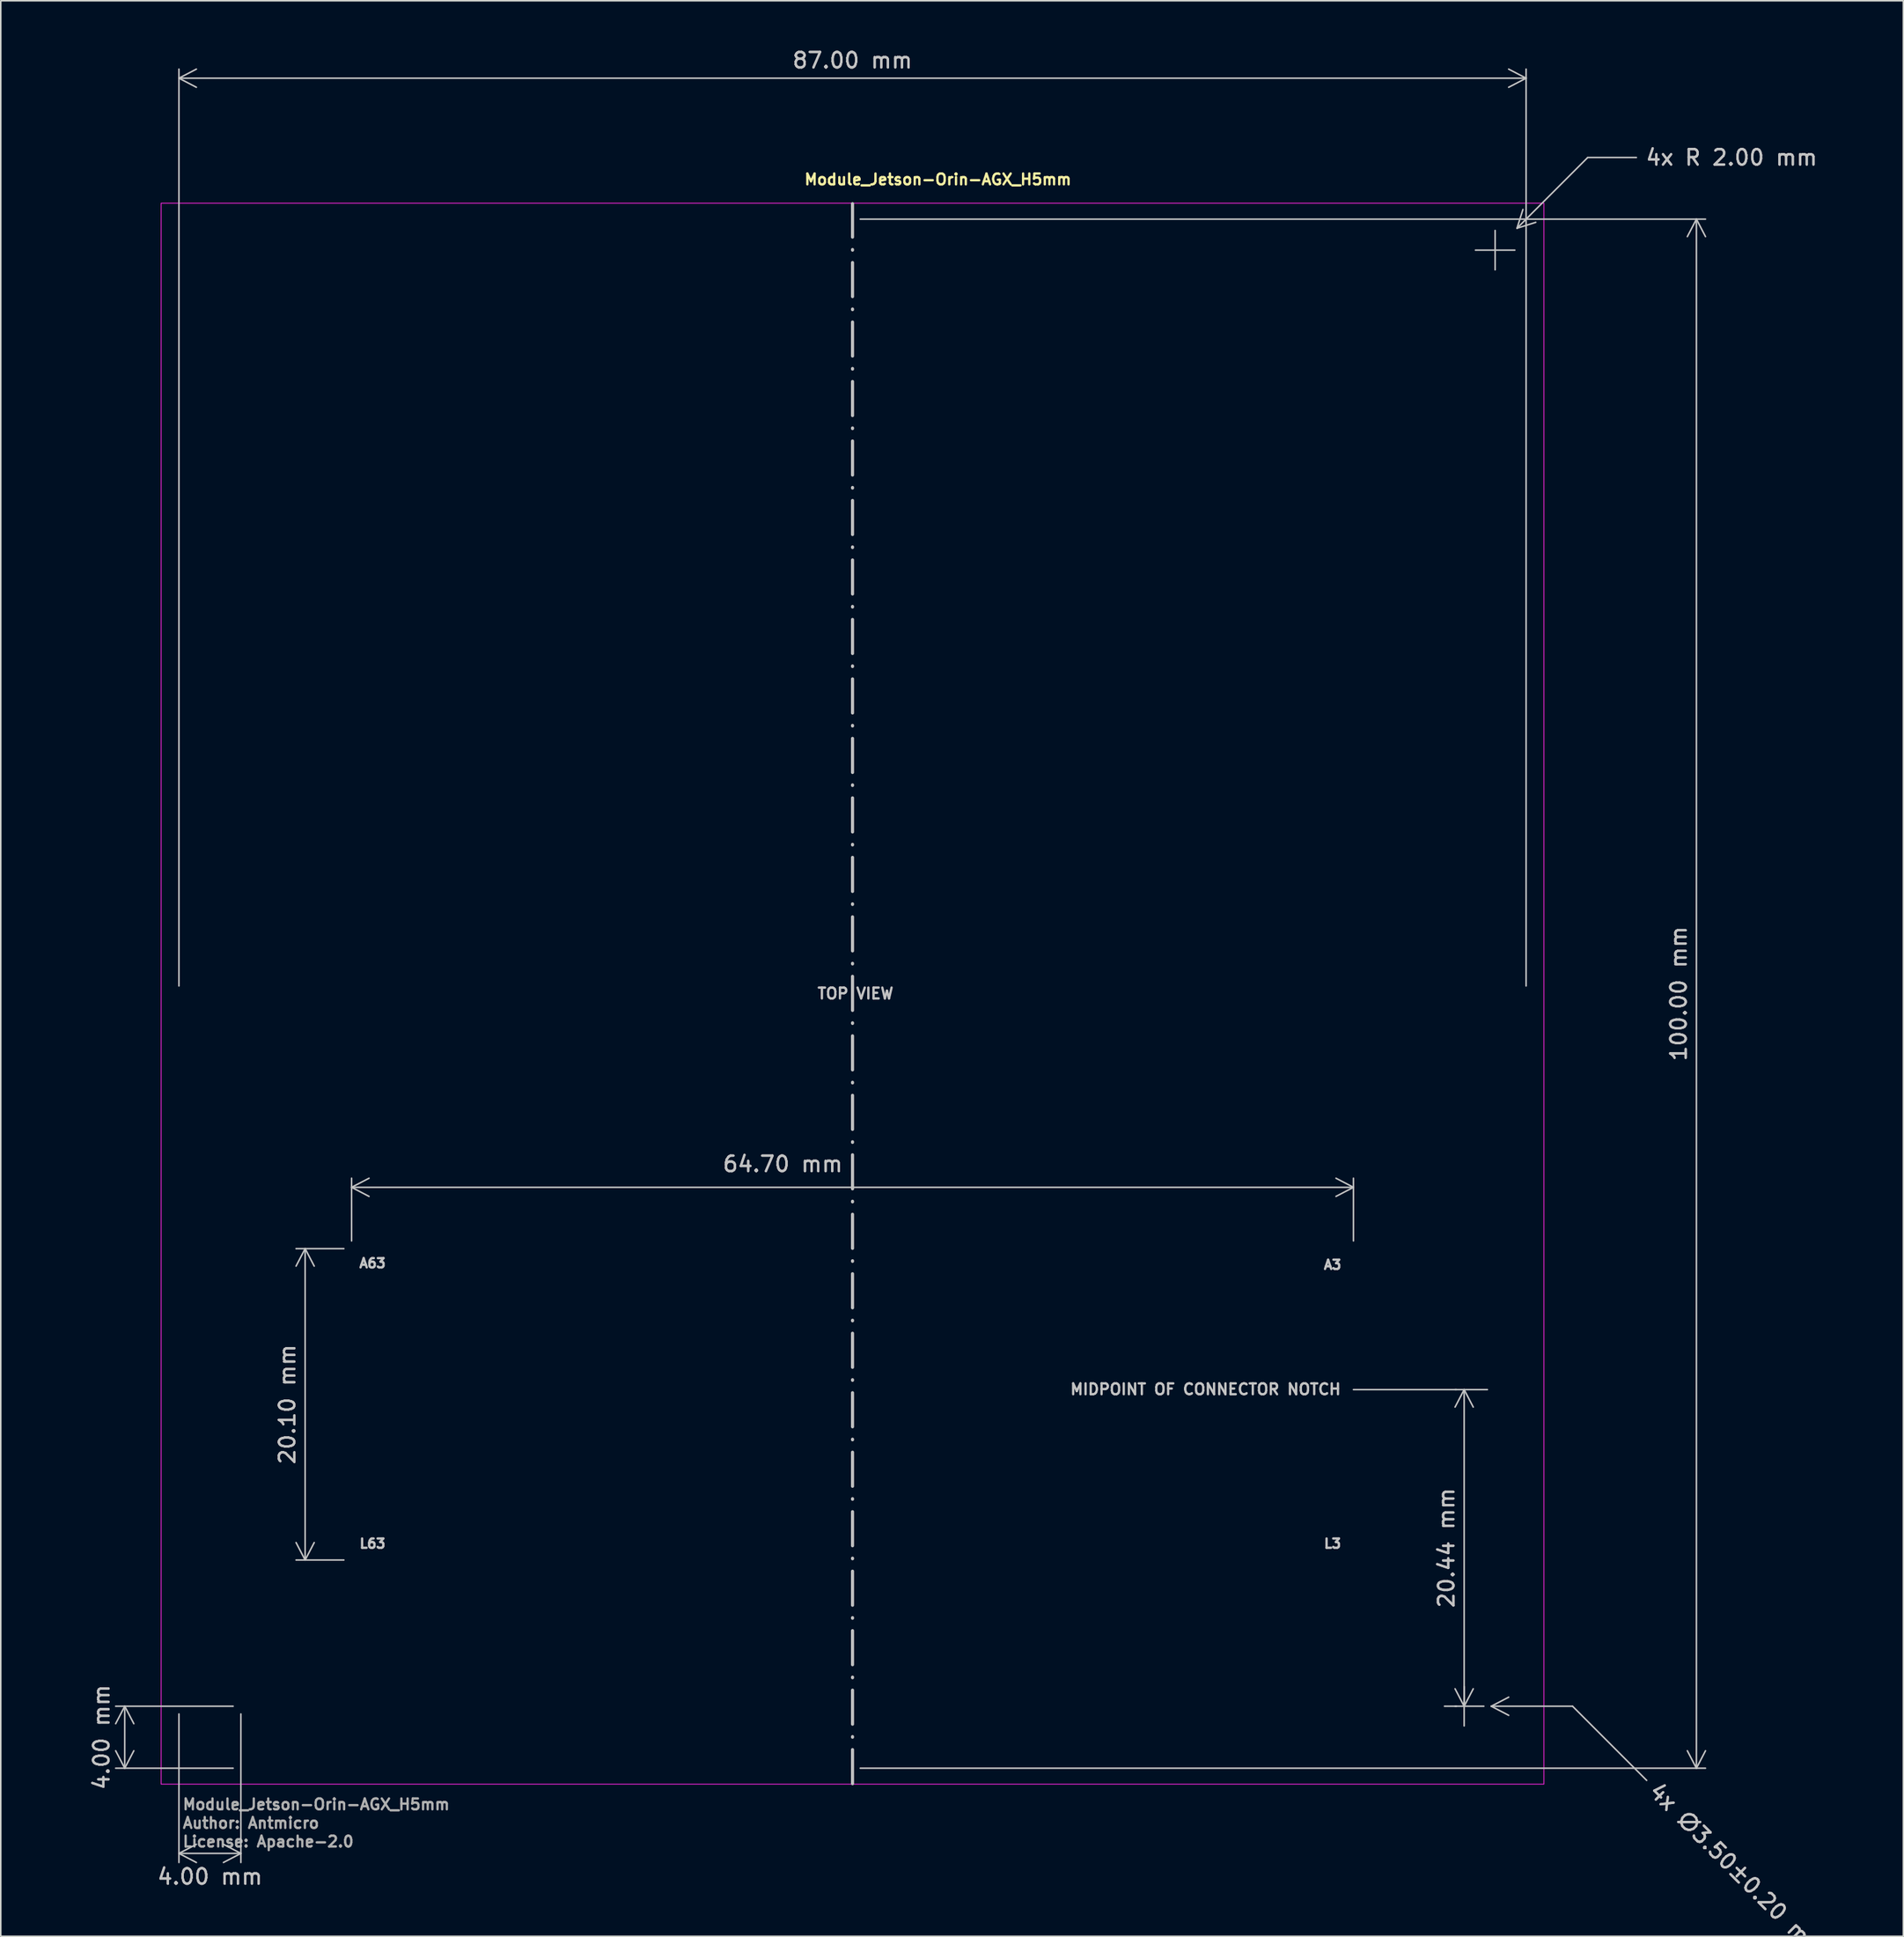
<source format=kicad_pcb>
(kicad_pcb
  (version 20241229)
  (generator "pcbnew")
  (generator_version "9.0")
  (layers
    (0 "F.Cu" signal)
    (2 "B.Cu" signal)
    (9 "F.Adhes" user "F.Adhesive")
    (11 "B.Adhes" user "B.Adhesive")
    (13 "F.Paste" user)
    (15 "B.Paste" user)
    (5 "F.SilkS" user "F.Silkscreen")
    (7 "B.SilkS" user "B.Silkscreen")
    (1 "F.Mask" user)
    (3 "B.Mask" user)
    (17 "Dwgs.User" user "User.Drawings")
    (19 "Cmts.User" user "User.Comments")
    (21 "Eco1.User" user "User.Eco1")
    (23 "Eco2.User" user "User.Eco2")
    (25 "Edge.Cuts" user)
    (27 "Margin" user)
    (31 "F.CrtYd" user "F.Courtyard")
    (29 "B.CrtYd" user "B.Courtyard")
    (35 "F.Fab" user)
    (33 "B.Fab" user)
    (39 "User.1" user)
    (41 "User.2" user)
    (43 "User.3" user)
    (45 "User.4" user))
  (footprint "Module_Jetson-Orin-AGX_H5mm"
    (layer "F.Cu")
    (at 52.006 61.098)
    (property "Reference" "Module_Jetson-Orin-AGX_H5mm" (at -3.182 -52.154 0) (layer "F.SilkS") (effects (font (size 0.7 0.7) (thickness 0.15)) (justify left bottom)))
    (attr exclude_from_pos_files exclude_from_bom)
    (fp_line (start 0 51) (end 0 -51) (stroke (width 0.2) (type dash_dot)) (layer "Dwgs.User"))
    (fp_line (start 32.35 25.56) (end 41 25.56) (stroke (width 0.1) (type default)) (layer "Dwgs.User"))
    (fp_rect (start -44.65 -51.03) (end 44.65 51.03) (stroke (width 0.05) (type solid)) (fill no) (layer "F.CrtYd"))
    (fp_rect (start -43.65 -50.127) (end 43.65 50.127) (stroke (width 0.1) (type solid)) (fill no) (layer "User.5"))
    (fp_line (start -43.5 48) (end -43.5 -48) (stroke (width 0.02) (type solid)) (layer "User.9"))
    (fp_line (start -32.35 14.552) (end 32.35 14.552) (stroke (width 0.1) (type default)) (layer "User.9"))
    (fp_line (start -32.35 16.46) (end -32.35 14.552) (stroke (width 0.1) (type default)) (layer "User.9"))
    (fp_line (start 1.212 52.898) (end 1.212 52.898) (stroke (width 0.02) (type solid)) (layer "User.9"))
    (fp_line (start 1.213 52.897) (end 1.212 52.9) (stroke (width 0.02) (type solid)) (layer "User.9"))
    (fp_line (start 1.213 52.898) (end 1.213 52.898) (stroke (width 0.02) (type solid)) (layer "User.9"))
    (fp_line (start 1.213 52.898) (end 1.213 52.898) (stroke (width 0.02) (type solid)) (layer "User.9"))
    (fp_line (start 1.213 52.898) (end 1.212 52.898) (stroke (width 0.02) (type solid)) (layer "User.9"))
    (fp_line (start 1.214 52.897) (end 1.214 52.898) (stroke (width 0.02) (type solid)) (layer "User.9"))
    (fp_line (start 1.214 52.898) (end 1.213 52.898) (stroke (width 0.02) (type solid)) (layer "User.9"))
    (fp_line (start 1.215 52.897) (end 1.214 52.897) (stroke (width 0.02) (type solid)) (layer "User.9"))
    (fp_line (start 1.215 52.897) (end 1.215 52.897) (stroke (width 0.02) (type solid)) (layer "User.9"))
    (fp_line (start 1.216 52.897) (end 1.215 52.897) (stroke (width 0.02) (type solid)) (layer "User.9"))
    (fp_line (start 1.216 52.897) (end 1.216 52.897) (stroke (width 0.02) (type solid)) (layer "User.9"))
    (fp_line (start 1.217 52.897) (end 1.216 52.897) (stroke (width 0.02) (type solid)) (layer "User.9"))
    (fp_line (start 1.217 52.897) (end 1.217 52.897) (stroke (width 0.02) (type solid)) (layer "User.9"))
    (fp_line (start 32.35 16.46) (end 32.35 14.552) (stroke (width 0.1) (type default)) (layer "User.9"))
    (fp_line (start 41.5 -50) (end -41.5 -50) (stroke (width 0.02) (type solid)) (layer "User.9"))
    (fp_line (start 41.5 50) (end -41.5 50) (stroke (width 0.02) (type solid)) (layer "User.9"))
    (fp_line (start 43.5 48) (end 43.5 -48) (stroke (width 0.02) (type solid)) (layer "User.9"))
    (fp_rect (start -32.35 16.46) (end 32.35 36.56) (stroke (width 0.1) (type default)) (fill no) (layer "User.9"))
    (fp_rect (start -32.35 24.89) (end -32.13 26.23) (stroke (width 0.1) (type default)) (fill no) (layer "User.9"))
    (fp_rect (start 32.35 24.89) (end 32.13 26.23) (stroke (width 0.1) (type default)) (fill no) (layer "User.9"))
    (fp_arc (start -43.5 -48) (mid -42.914214 -49.414214) (end -41.5 -50) (stroke (width 0.02) (type default)) (layer "User.9"))
    (fp_arc (start -41.5 50) (mid -42.914214 49.414214) (end -43.5 48) (stroke (width 0.02) (type default)) (layer "User.9"))
    (fp_arc (start 41.5 -50) (mid 42.914214 -49.414214) (end 43.5 -48) (stroke (width 0.02) (type default)) (layer "User.9"))
    (fp_arc (start 43.5 48) (mid 42.914214 49.414214) (end 41.5 50) (stroke (width 0.02) (type default)) (layer "User.9"))
    (fp_circle (center -39.5 -46) (end -37.75 -46) (stroke (width 0.02) (type default)) (fill no) (layer "User.9"))
    (fp_circle (center -39.5 -46) (end -37.65 -46) (stroke (width 0.02) (type default)) (fill no) (layer "User.9"))
    (fp_circle (center -39.5 46) (end -37.75 46) (stroke (width 0.02) (type default)) (fill no) (layer "User.9"))
    (fp_circle (center -39.5 46) (end -37.65 46) (stroke (width 0.02) (type default)) (fill no) (layer "User.9"))
    (fp_circle (center 39.5 -46) (end 41.25 -46) (stroke (width 0.02) (type default)) (fill no) (layer "User.9"))
    (fp_circle (center 39.5 -46) (end 41.35 -46) (stroke (width 0.02) (type default)) (fill no) (layer "User.9"))
    (fp_circle (center 39.5 46) (end 41.25 46) (stroke (width 0.02) (type default)) (fill no) (layer "User.9"))
    (fp_circle (center 39.5 46) (end 41.35 46) (stroke (width 0.02) (type default)) (fill no) (layer "User.9"))
    (fp_text user "A3" (at 31 17.5 0) (layer "Dwgs.User") (effects (font (size 0.6 0.6) (thickness 0.15))))
    (fp_text user "A63" (at -31 17.4 0) (layer "Dwgs.User") (effects (font (size 0.6 0.6) (thickness 0.15))))
    (fp_text user "MIDPOINT OF CONNECTOR NOTCH" (at 22.8 25.54 0) (layer "Dwgs.User") (effects (font (size 0.7 0.7) (thickness 0.15))))
    (fp_text user "L3" (at 31 35.5 0) (layer "Dwgs.User") (effects (font (size 0.6 0.6) (thickness 0.15))))
    (fp_text user "L63" (at -31 35.5 0) (layer "Dwgs.User") (effects (font (size 0.6 0.6) (thickness 0.15))))
    (fp_text user "TOP VIEW" (at 0.19 -0.01 0) (layer "Dwgs.User") (effects (font (size 0.7 0.7) (thickness 0.15))))
    (fp_text user "Author: Antmicro" (at -43.332 53.947 0) (layer "F.Fab") (effects (font (size 0.7 0.7) (thickness 0.15)) (justify left bottom)))
    (fp_text user "License: Apache-2.0" (at -43.332 55.147 0) (layer "F.Fab") (effects (font (size 0.7 0.7) (thickness 0.15)) (justify left bottom)))
    (fp_text user "${REFERENCE}" (at -43.332 52.746 0) (layer "F.Fab") (effects (font (size 0.7 0.7) (thickness 0.15)) (justify left bottom)))
    (dimension (type aligned) (layer "Dwgs.User") (pts (xy 12.506 107.098) (xy 12.506 111.098)) (height 7.5) (format (prefix "") (suffix "") (units 3) (units_format 1) (precision 2)) (style (thickness 0.1) (arrow_length 1.27) (text_position_mode 2) (arrow_direction outward) (extension_height 0.586) (extension_offset 0.5) (keep_text_aligned yes)) (gr_text "4.00 mm" (at 3.506 109.098 90) (layer "Dwgs.User") (effects (font (size 1 1) (thickness 0.15)))))
    (dimension (type aligned) (layer "Dwgs.User") (pts (xy 19.656 97.658) (xy 19.656 77.558)) (height -3) (format (prefix "") (suffix "") (units 3) (units_format 1) (precision 2)) (style (thickness 0.1) (arrow_length 1.27) (text_position_mode 0) (arrow_direction outward) (extension_height 0.586) (extension_offset 0.5) (keep_text_aligned yes)) (gr_text "20.10 mm" (at 15.506 87.608 90) (layer "Dwgs.User") (effects (font (size 1 1) (thickness 0.15)))))
    (dimension (type aligned) (layer "Dwgs.User") (pts (xy 12.506 107.098) (xy 8.506 107.098)) (height -9.5) (format (prefix "") (suffix "") (units 3) (units_format 1) (precision 2)) (style (thickness 0.1) (arrow_length 1.27) (text_position_mode 2) (arrow_direction outward) (extension_height 0.586) (extension_offset 0.5) (keep_text_aligned yes)) (gr_text "4.00 mm" (at 10.506 118.098 0) (layer "Dwgs.User") (effects (font (size 1 1) (thickness 0.15)))))
    (dimension (type aligned) (layer "Dwgs.User") (pts (xy 8.506 61.098) (xy 95.506 61.098)) (height -59.1) (format (prefix "") (suffix "") (units 3) (units_format 1) (precision 2)) (style (thickness 0.1) (arrow_length 1.27) (text_position_mode 0) (arrow_direction outward) (extension_height 0.586) (extension_offset 0.5) (keep_text_aligned yes)) (gr_text "87.00 mm" (at 52.006 0.848 0) (layer "Dwgs.User") (effects (font (size 1 1) (thickness 0.15)))))
    (dimension (type aligned) (layer "Dwgs.User") (pts (xy 52.006 111.098) (xy 52.006 11.098)) (height 54.5) (format (prefix "") (suffix "") (units 3) (units_format 1) (precision 2)) (style (thickness 0.1) (arrow_length 1.27) (text_position_mode 0) (arrow_direction outward) (extension_height 0.586) (extension_offset 0.5) (keep_text_aligned yes)) (gr_text "100.00 mm" (at 105.356 61.098 90) (layer "Dwgs.User") (effects (font (size 1 1) (thickness 0.15)))))
    (dimension (type aligned) (layer "Dwgs.User") (pts (xy 91.506 107.098) (xy 91.506 86.658)) (height 0) (format (prefix "") (suffix "") (units 3) (units_format 1) (precision 2)) (style (thickness 0.1) (arrow_length 1.27) (text_position_mode 0) (arrow_direction outward) (extension_height 0.586) (extension_offset 0.5) (keep_text_aligned yes)) (gr_text "20.44 mm" (at 90.356 96.878 90) (layer "Dwgs.User") (effects (font (size 1 1) (thickness 0.15)))))
    (dimension (type aligned) (layer "Dwgs.User") (pts (xy 19.656 77.558) (xy 84.356 77.558)) (height -3.96) (format (prefix "") (suffix "") (units 3) (units_format 1) (precision 2)) (style (thickness 0.1) (arrow_length 1.27) (text_position_mode 2) (arrow_direction outward) (extension_height 0.586) (extension_offset 0.5) (keep_text_aligned yes)) (gr_text "64.70 mm" (at 47.506 72.098 0) (layer "Dwgs.User") (effects (font (size 1 1) (thickness 0.15)))))
    (dimension (type radial) (layer "Dwgs.User") (pts (xy 93.506 13.098) (xy 94.92 11.684)) (leader_length 6.459) (format (prefix "4x R ") (suffix "") (units 3) (units_format 1) (precision 2)) (style (thickness 0.1) (arrow_length 1.27) (text_position_mode 0) (extension_offset 0.5) (keep_text_aligned yes)) (gr_text "4x R 2.00 mm" (at 108.776 7.117 0) (layer "Dwgs.User") (effects (font (size 1 1) (thickness 0.15)))))
    (dimension (type radial) (layer "Dwgs.User") (pts (xy 91.506 107.098) (xy 93.256 107.098)) (leader_length 5.251) (format (prefix "4x ∅") (suffix "") (units 3) (units_format 1) (precision 4) (override_value "3.50±0.20")) (style (thickness 0.1) (arrow_length 1.27) (text_position_mode 0) (extension_offset 0.5) (keep_text_aligned yes)) (gr_text "4x ∅3.50±0.20 mm" (at 109.124 117.715 315) (layer "Dwgs.User") (effects (font (size 1 1) (thickness 0.15))))))
  (gr_rect
    (start -3 -3)
    (end 119.868 121.947)
    (stroke (width 0.1) (type default))
    (fill no)
    (layer "Edge.Cuts")))
</source>
